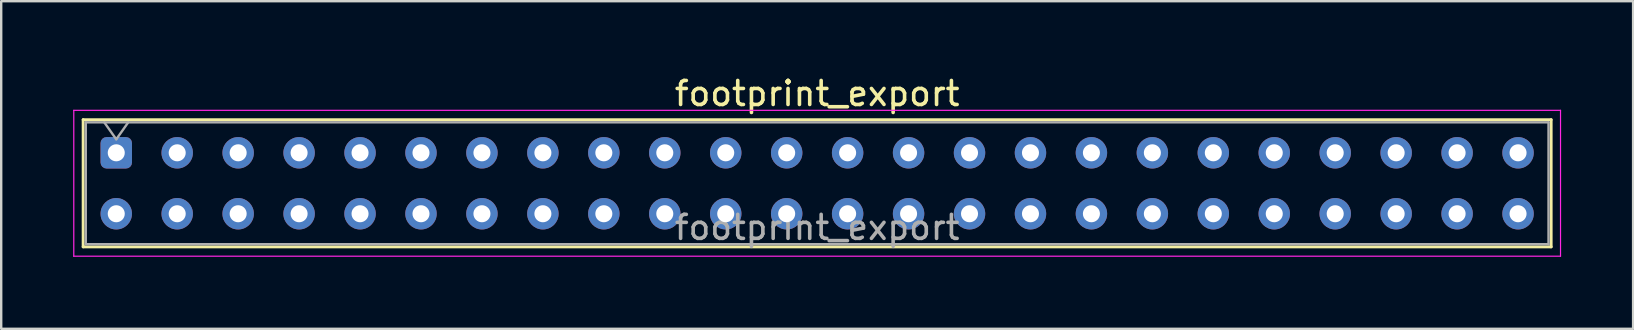
<source format=kicad_pcb>
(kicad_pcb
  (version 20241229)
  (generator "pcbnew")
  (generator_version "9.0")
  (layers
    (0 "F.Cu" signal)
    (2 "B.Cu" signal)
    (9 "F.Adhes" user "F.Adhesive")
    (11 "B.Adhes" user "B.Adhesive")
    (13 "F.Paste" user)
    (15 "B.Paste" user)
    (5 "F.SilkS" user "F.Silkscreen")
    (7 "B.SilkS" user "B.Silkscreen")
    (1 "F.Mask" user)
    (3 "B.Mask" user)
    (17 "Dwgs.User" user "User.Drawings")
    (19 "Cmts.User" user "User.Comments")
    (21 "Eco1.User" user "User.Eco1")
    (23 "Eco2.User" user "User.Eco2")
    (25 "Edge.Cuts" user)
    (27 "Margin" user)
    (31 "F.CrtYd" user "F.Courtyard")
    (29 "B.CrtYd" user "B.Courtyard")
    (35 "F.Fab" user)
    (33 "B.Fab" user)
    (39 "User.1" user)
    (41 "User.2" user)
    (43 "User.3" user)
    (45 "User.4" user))
  (footprint "footprint_export"
    (layer "F.Cu")
    (at 1.795 3.318)
    (property "Reference" "footprint_export" (at 29.21 -2.47 0) (layer "F.SilkS") (effects (font (size 1 1) (thickness 0.15))))
    (attr through_hole)
    (fp_line (start -1.38 -1.38) (end 59.8 -1.38) (stroke (width 0.12) (type solid)) (layer "F.SilkS"))
    (fp_line (start -1.38 3.92) (end -1.38 -1.38) (stroke (width 0.12) (type solid)) (layer "F.SilkS"))
    (fp_line (start 59.8 -1.38) (end 59.8 3.92) (stroke (width 0.12) (type solid)) (layer "F.SilkS"))
    (fp_line (start 59.8 3.92) (end -1.38 3.92) (stroke (width 0.12) (type solid)) (layer "F.SilkS"))
    (fp_line (start -1.77 -1.77) (end 60.19 -1.77) (stroke (width 0.05) (type solid)) (layer "F.CrtYd"))
    (fp_line (start -1.77 4.31) (end -1.77 -1.77) (stroke (width 0.05) (type solid)) (layer "F.CrtYd"))
    (fp_line (start 60.19 -1.77) (end 60.19 4.31) (stroke (width 0.05) (type solid)) (layer "F.CrtYd"))
    (fp_line (start 60.19 4.31) (end -1.77 4.31) (stroke (width 0.05) (type solid)) (layer "F.CrtYd"))
    (fp_line (start -1.27 -1.27) (end 59.69 -1.27) (stroke (width 0.1) (type solid)) (layer "F.Fab"))
    (fp_line (start -1.27 3.81) (end -1.27 -1.27) (stroke (width 0.1) (type solid)) (layer "F.Fab"))
    (fp_line (start -0.5 -1.27) (end 0 -0.563) (stroke (width 0.1) (type solid)) (layer "F.Fab"))
    (fp_line (start 0 -0.563) (end 0.5 -1.27) (stroke (width 0.1) (type solid)) (layer "F.Fab"))
    (fp_line (start 59.69 -1.27) (end 59.69 3.81) (stroke (width 0.1) (type solid)) (layer "F.Fab"))
    (fp_line (start 59.69 3.81) (end -1.27 3.81) (stroke (width 0.1) (type solid)) (layer "F.Fab"))
    (fp_text user "${REFERENCE}" (at 29.21 3.11 0) (layer "F.Fab") (effects (font (size 1 1) (thickness 0.15))))
    (pad "1" thru_hole roundrect (at 0 0) (size 1.31 1.31) (drill 0.71) (layers "*.Cu" "*.Mask") (roundrect_rratio 0.191))
    (pad "2" thru_hole circle (at 0 2.54) (size 1.31 1.31) (drill 0.71) (layers "*.Cu" "*.Mask"))
    (pad "3" thru_hole circle (at 2.54 0) (size 1.31 1.31) (drill 0.71) (layers "*.Cu" "*.Mask"))
    (pad "4" thru_hole circle (at 2.54 2.54) (size 1.31 1.31) (drill 0.71) (layers "*.Cu" "*.Mask"))
    (pad "5" thru_hole circle (at 5.08 0) (size 1.31 1.31) (drill 0.71) (layers "*.Cu" "*.Mask"))
    (pad "6" thru_hole circle (at 5.08 2.54) (size 1.31 1.31) (drill 0.71) (layers "*.Cu" "*.Mask"))
    (pad "7" thru_hole circle (at 7.62 0) (size 1.31 1.31) (drill 0.71) (layers "*.Cu" "*.Mask"))
    (pad "8" thru_hole circle (at 7.62 2.54) (size 1.31 1.31) (drill 0.71) (layers "*.Cu" "*.Mask"))
    (pad "9" thru_hole circle (at 10.16 0) (size 1.31 1.31) (drill 0.71) (layers "*.Cu" "*.Mask"))
    (pad "10" thru_hole circle (at 10.16 2.54) (size 1.31 1.31) (drill 0.71) (layers "*.Cu" "*.Mask"))
    (pad "11" thru_hole circle (at 12.7 0) (size 1.31 1.31) (drill 0.71) (layers "*.Cu" "*.Mask"))
    (pad "12" thru_hole circle (at 12.7 2.54) (size 1.31 1.31) (drill 0.71) (layers "*.Cu" "*.Mask"))
    (pad "13" thru_hole circle (at 15.24 0) (size 1.31 1.31) (drill 0.71) (layers "*.Cu" "*.Mask"))
    (pad "14" thru_hole circle (at 15.24 2.54) (size 1.31 1.31) (drill 0.71) (layers "*.Cu" "*.Mask"))
    (pad "15" thru_hole circle (at 17.78 0) (size 1.31 1.31) (drill 0.71) (layers "*.Cu" "*.Mask"))
    (pad "16" thru_hole circle (at 17.78 2.54) (size 1.31 1.31) (drill 0.71) (layers "*.Cu" "*.Mask"))
    (pad "17" thru_hole circle (at 20.32 0) (size 1.31 1.31) (drill 0.71) (layers "*.Cu" "*.Mask"))
    (pad "18" thru_hole circle (at 20.32 2.54) (size 1.31 1.31) (drill 0.71) (layers "*.Cu" "*.Mask"))
    (pad "19" thru_hole circle (at 22.86 0) (size 1.31 1.31) (drill 0.71) (layers "*.Cu" "*.Mask"))
    (pad "20" thru_hole circle (at 22.86 2.54) (size 1.31 1.31) (drill 0.71) (layers "*.Cu" "*.Mask"))
    (pad "21" thru_hole circle (at 25.4 0) (size 1.31 1.31) (drill 0.71) (layers "*.Cu" "*.Mask"))
    (pad "22" thru_hole circle (at 25.4 2.54) (size 1.31 1.31) (drill 0.71) (layers "*.Cu" "*.Mask"))
    (pad "23" thru_hole circle (at 27.94 0) (size 1.31 1.31) (drill 0.71) (layers "*.Cu" "*.Mask"))
    (pad "24" thru_hole circle (at 27.94 2.54) (size 1.31 1.31) (drill 0.71) (layers "*.Cu" "*.Mask"))
    (pad "25" thru_hole circle (at 30.48 0) (size 1.31 1.31) (drill 0.71) (layers "*.Cu" "*.Mask"))
    (pad "26" thru_hole circle (at 30.48 2.54) (size 1.31 1.31) (drill 0.71) (layers "*.Cu" "*.Mask"))
    (pad "27" thru_hole circle (at 33.02 0) (size 1.31 1.31) (drill 0.71) (layers "*.Cu" "*.Mask"))
    (pad "28" thru_hole circle (at 33.02 2.54) (size 1.31 1.31) (drill 0.71) (layers "*.Cu" "*.Mask"))
    (pad "29" thru_hole circle (at 35.56 0) (size 1.31 1.31) (drill 0.71) (layers "*.Cu" "*.Mask"))
    (pad "30" thru_hole circle (at 35.56 2.54) (size 1.31 1.31) (drill 0.71) (layers "*.Cu" "*.Mask"))
    (pad "31" thru_hole circle (at 38.1 0) (size 1.31 1.31) (drill 0.71) (layers "*.Cu" "*.Mask"))
    (pad "32" thru_hole circle (at 38.1 2.54) (size 1.31 1.31) (drill 0.71) (layers "*.Cu" "*.Mask"))
    (pad "33" thru_hole circle (at 40.64 0) (size 1.31 1.31) (drill 0.71) (layers "*.Cu" "*.Mask"))
    (pad "34" thru_hole circle (at 40.64 2.54) (size 1.31 1.31) (drill 0.71) (layers "*.Cu" "*.Mask"))
    (pad "35" thru_hole circle (at 43.18 0) (size 1.31 1.31) (drill 0.71) (layers "*.Cu" "*.Mask"))
    (pad "36" thru_hole circle (at 43.18 2.54) (size 1.31 1.31) (drill 0.71) (layers "*.Cu" "*.Mask"))
    (pad "37" thru_hole circle (at 45.72 0) (size 1.31 1.31) (drill 0.71) (layers "*.Cu" "*.Mask"))
    (pad "38" thru_hole circle (at 45.72 2.54) (size 1.31 1.31) (drill 0.71) (layers "*.Cu" "*.Mask"))
    (pad "39" thru_hole circle (at 48.26 0) (size 1.31 1.31) (drill 0.71) (layers "*.Cu" "*.Mask"))
    (pad "40" thru_hole circle (at 48.26 2.54) (size 1.31 1.31) (drill 0.71) (layers "*.Cu" "*.Mask"))
    (pad "41" thru_hole circle (at 50.8 0) (size 1.31 1.31) (drill 0.71) (layers "*.Cu" "*.Mask"))
    (pad "42" thru_hole circle (at 50.8 2.54) (size 1.31 1.31) (drill 0.71) (layers "*.Cu" "*.Mask"))
    (pad "43" thru_hole circle (at 53.34 0) (size 1.31 1.31) (drill 0.71) (layers "*.Cu" "*.Mask"))
    (pad "44" thru_hole circle (at 53.34 2.54) (size 1.31 1.31) (drill 0.71) (layers "*.Cu" "*.Mask"))
    (pad "45" thru_hole circle (at 55.88 0) (size 1.31 1.31) (drill 0.71) (layers "*.Cu" "*.Mask"))
    (pad "46" thru_hole circle (at 55.88 2.54) (size 1.31 1.31) (drill 0.71) (layers "*.Cu" "*.Mask"))
    (pad "47" thru_hole circle (at 58.42 0) (size 1.31 1.31) (drill 0.71) (layers "*.Cu" "*.Mask"))
    (pad "48" thru_hole circle (at 58.42 2.54) (size 1.31 1.31) (drill 0.71) (layers "*.Cu" "*.Mask")))
  (gr_rect
    (start -3 -3)
    (end 65.01 10.653)
    (stroke (width 0.1) (type default))
    (fill no)
    (layer "Edge.Cuts")))
</source>
